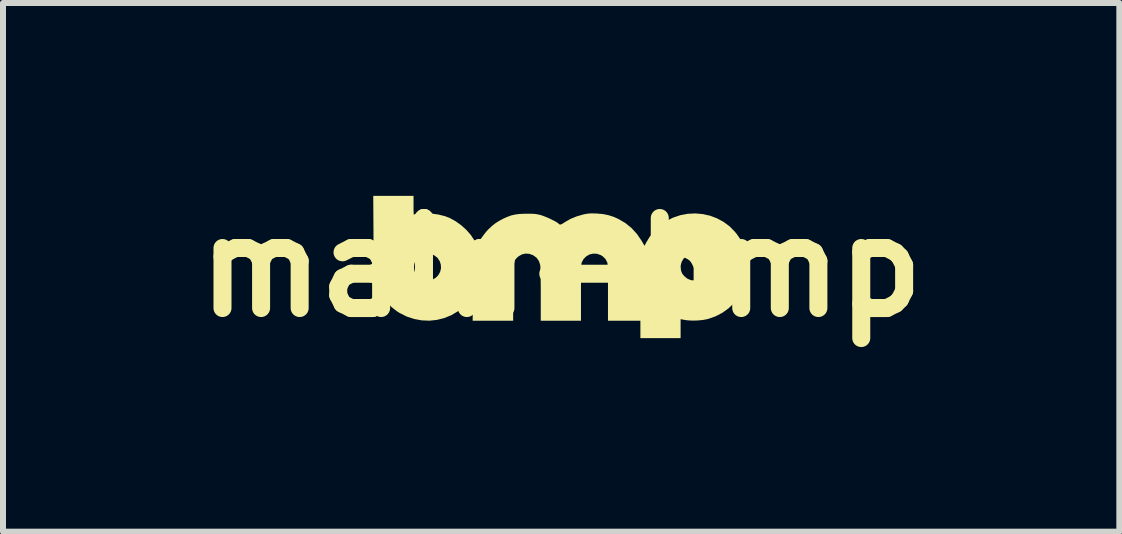
<source format=kicad_pcb>
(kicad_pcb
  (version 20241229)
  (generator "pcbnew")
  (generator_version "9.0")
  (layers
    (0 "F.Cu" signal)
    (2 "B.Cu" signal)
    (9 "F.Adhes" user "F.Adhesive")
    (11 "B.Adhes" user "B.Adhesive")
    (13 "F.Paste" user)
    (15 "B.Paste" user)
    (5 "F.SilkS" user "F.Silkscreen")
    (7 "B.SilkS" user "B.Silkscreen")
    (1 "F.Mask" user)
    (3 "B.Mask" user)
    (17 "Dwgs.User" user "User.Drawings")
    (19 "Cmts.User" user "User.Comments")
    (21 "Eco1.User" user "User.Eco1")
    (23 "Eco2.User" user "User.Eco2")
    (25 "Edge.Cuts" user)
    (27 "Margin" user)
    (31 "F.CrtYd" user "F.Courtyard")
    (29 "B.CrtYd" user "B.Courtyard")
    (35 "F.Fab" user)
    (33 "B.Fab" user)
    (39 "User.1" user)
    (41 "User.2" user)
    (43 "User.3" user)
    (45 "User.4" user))
  (footprint "main-bmp"
    (layer "F.Cu")
    (at 6.3 1.404)
    (property "Reference" "main-bmp" (at 0 0 0) (layer "F.SilkS") (effects (font (size 1.5 1.5) (thickness 0.3))))
    (attr board_only exclude_from_pos_files exclude_from_bom)
    (fp_poly (pts (xy -2.46 -1.037) (xy -2.46 -0.983) (xy -2.459 -0.937) (xy -2.458 -0.903) (xy -2.456 -0.882) (xy -2.455 -0.878) (xy -2.444 -0.878) (xy -2.418 -0.881) (xy -2.382 -0.886) (xy -2.373 -0.888) (xy -2.268 -0.898) (xy -2.156 -0.895) (xy -2.043 -0.879) (xy -1.935 -0.852) (xy -1.857 -0.822) (xy -1.759 -0.768) (xy -1.665 -0.701) (xy -1.579 -0.623) (xy -1.505 -0.538) (xy -1.446 -0.449) (xy -1.429 -0.417) (xy -1.412 -0.387) (xy -1.399 -0.372) (xy -1.392 -0.373) (xy -1.39 -0.383) (xy -1.384 -0.401) (xy -1.368 -0.43) (xy -1.343 -0.467) (xy -1.314 -0.509) (xy -1.282 -0.552) (xy -1.25 -0.592) (xy -1.22 -0.626) (xy -1.209 -0.637) (xy -1.149 -0.692) (xy -1.092 -0.737) (xy -1.029 -0.776) (xy -0.968 -0.809) (xy -0.897 -0.841) (xy -0.831 -0.865) (xy -0.765 -0.88) (xy -0.692 -0.889) (xy -0.606 -0.893) (xy -0.575 -0.893) (xy -0.509 -0.893) (xy -0.458 -0.891) (xy -0.417 -0.887) (xy -0.38 -0.88) (xy -0.345 -0.872) (xy -0.303 -0.858) (xy -0.254 -0.839) (xy -0.202 -0.817) (xy -0.151 -0.792) (xy -0.105 -0.769) (xy -0.068 -0.747) (xy -0.046 -0.731) (xy -0.044 -0.729) (xy -0.03 -0.716) (xy -0.017 -0.712) (xy 0.002 -0.717) (xy 0.029 -0.731) (xy 0.062 -0.753) (xy 0.154 -0.806) (xy 0.259 -0.849) (xy 0.372 -0.881) (xy 0.373 -0.882) (xy 0.422 -0.891) (xy 0.465 -0.897) (xy 0.512 -0.899) (xy 0.569 -0.897) (xy 0.585 -0.897) (xy 0.692 -0.888) (xy 0.787 -0.869) (xy 0.878 -0.84) (xy 0.955 -0.805) (xy 1.071 -0.737) (xy 1.174 -0.653) (xy 1.264 -0.554) (xy 1.341 -0.441) (xy 1.345 -0.434) (xy 1.389 -0.358) (xy 1.416 -0.411) (xy 1.472 -0.504) (xy 1.542 -0.594) (xy 1.623 -0.676) (xy 1.709 -0.744) (xy 1.748 -0.77) (xy 1.865 -0.828) (xy 1.987 -0.869) (xy 2.111 -0.892) (xy 2.236 -0.898) (xy 2.36 -0.887) (xy 2.481 -0.86) (xy 2.597 -0.816) (xy 2.706 -0.757) (xy 2.806 -0.683) (xy 2.894 -0.593) (xy 2.924 -0.557) (xy 2.99 -0.461) (xy 3.04 -0.367) (xy 3.076 -0.271) (xy 3.1 -0.166) (xy 3.11 -0.095) (xy 3.115 0.032) (xy 3.101 0.157) (xy 3.069 0.277) (xy 3.021 0.392) (xy 2.958 0.498) (xy 2.881 0.596) (xy 2.79 0.682) (xy 2.688 0.756) (xy 2.576 0.815) (xy 2.454 0.858) (xy 2.445 0.861) (xy 2.37 0.876) (xy 2.284 0.885) (xy 2.196 0.888) (xy 2.114 0.884) (xy 2.067 0.878) (xy 1.99 0.864) (xy 1.99 1.022) (xy 1.99 1.18) (xy 1.655 1.18) (xy 1.32 1.18) (xy 1.32 1.035) (xy 1.32 0.89) (xy 1.05 0.89) (xy 0.78 0.89) (xy 0.78 0.421) (xy 0.78 0.297) (xy 0.779 0.193) (xy 0.778 0.106) (xy 0.777 0.037) (xy 0.775 -0.005) (xy 1.991 -0.005) (xy 1.997 0.054) (xy 2.016 0.103) (xy 2.05 0.146) (xy 2.103 0.189) (xy 2.162 0.214) (xy 2.226 0.219) (xy 2.29 0.206) (xy 2.319 0.194) (xy 2.372 0.157) (xy 2.41 0.111) (xy 2.434 0.058) (xy 2.443 0.001) (xy 2.437 -0.056) (xy 2.417 -0.11) (xy 2.383 -0.158) (xy 2.334 -0.197) (xy 2.315 -0.206) (xy 2.253 -0.226) (xy 2.191 -0.227) (xy 2.133 -0.213) (xy 2.081 -0.185) (xy 2.039 -0.144) (xy 2.008 -0.093) (xy 1.992 -0.033) (xy 1.991 -0.005) (xy 0.775 -0.005) (xy 0.775 -0.016) (xy 0.773 -0.053) (xy 0.77 -0.076) (xy 0.768 -0.081) (xy 0.739 -0.138) (xy 0.693 -0.183) (xy 0.657 -0.205) (xy 0.594 -0.226) (xy 0.531 -0.228) (xy 0.472 -0.214) (xy 0.418 -0.183) (xy 0.373 -0.138) (xy 0.341 -0.078) (xy 0.341 -0.077) (xy 0.338 -0.059) (xy 0.335 -0.021) (xy 0.333 0.035) (xy 0.332 0.11) (xy 0.331 0.203) (xy 0.33 0.314) (xy 0.33 0.421) (xy 0.33 0.89) (xy -0.005 0.89) (xy -0.34 0.89) (xy -0.34 0.451) (xy -0.34 0.351) (xy -0.341 0.257) (xy -0.342 0.172) (xy -0.343 0.098) (xy -0.345 0.038) (xy -0.347 -0.008) (xy -0.349 -0.036) (xy -0.35 -0.041) (xy -0.371 -0.105) (xy -0.408 -0.158) (xy -0.462 -0.198) (xy -0.469 -0.202) (xy -0.532 -0.225) (xy -0.596 -0.229) (xy -0.657 -0.214) (xy -0.713 -0.181) (xy -0.737 -0.159) (xy -0.751 -0.144) (xy -0.763 -0.13) (xy -0.773 -0.115) (xy -0.78 -0.098) (xy -0.787 -0.076) (xy -0.791 -0.048) (xy -0.795 -0.012) (xy -0.797 0.034) (xy -0.799 0.092) (xy -0.8 0.163) (xy -0.8 0.25) (xy -0.8 0.354) (xy -0.8 0.42) (xy -0.8 0.89) (xy -1.137 0.89) (xy -1.475 0.89) (xy -1.472 0.695) (xy -1.472 0.635) (xy -1.472 0.583) (xy -1.473 0.541) (xy -1.475 0.512) (xy -1.477 0.5) (xy -1.477 0.5) (xy -1.487 0.508) (xy -1.503 0.527) (xy -1.509 0.536) (xy -1.527 0.558) (xy -1.555 0.588) (xy -1.589 0.623) (xy -1.616 0.648) (xy -1.718 0.731) (xy -1.829 0.797) (xy -1.947 0.845) (xy -2.07 0.876) (xy -2.195 0.889) (xy -2.322 0.884) (xy -2.447 0.861) (xy -2.571 0.821) (xy -2.689 0.762) (xy -2.742 0.729) (xy -2.825 0.663) (xy -2.904 0.582) (xy -2.974 0.491) (xy -3.031 0.395) (xy -3.065 0.321) (xy -3.076 0.291) (xy -3.086 0.264) (xy -3.094 0.239) (xy -3.101 0.213) (xy -3.107 0.186) (xy -3.112 0.155) (xy -3.116 0.119) (xy -3.119 0.077) (xy -3.121 0.025) (xy -3.122 0.004) (xy -2.453 0.004) (xy -2.443 0.063) (xy -2.417 0.115) (xy -2.38 0.159) (xy -2.333 0.193) (xy -2.278 0.214) (xy -2.22 0.221) (xy -2.159 0.211) (xy -2.142 0.204) (xy -2.086 0.171) (xy -2.044 0.127) (xy -2.016 0.074) (xy -2.002 0.016) (xy -2.005 -0.043) (xy -2.023 -0.101) (xy -2.058 -0.154) (xy -2.071 -0.167) (xy -2.124 -0.205) (xy -2.182 -0.225) (xy -2.241 -0.229) (xy -2.299 -0.217) (xy -2.352 -0.191) (xy -2.397 -0.152) (xy -2.431 -0.099) (xy -2.447 -0.057) (xy -2.453 0.004) (xy -3.122 0.004) (xy -3.123 -0.036) (xy -3.124 -0.11) (xy -3.125 -0.197) (xy -3.126 -0.299) (xy -3.127 -0.418) (xy -3.127 -0.532) (xy -3.131 -1.19) (xy -2.796 -1.19) (xy -2.46 -1.19)) (stroke (width 0) (type solid)) (fill yes) (layer "F.SilkS")))
  (gr_rect
    (start -3 -3)
    (end 15.6 5.808)
    (stroke (width 0.1) (type default))
    (fill no)
    (layer "Edge.Cuts")))
</source>
